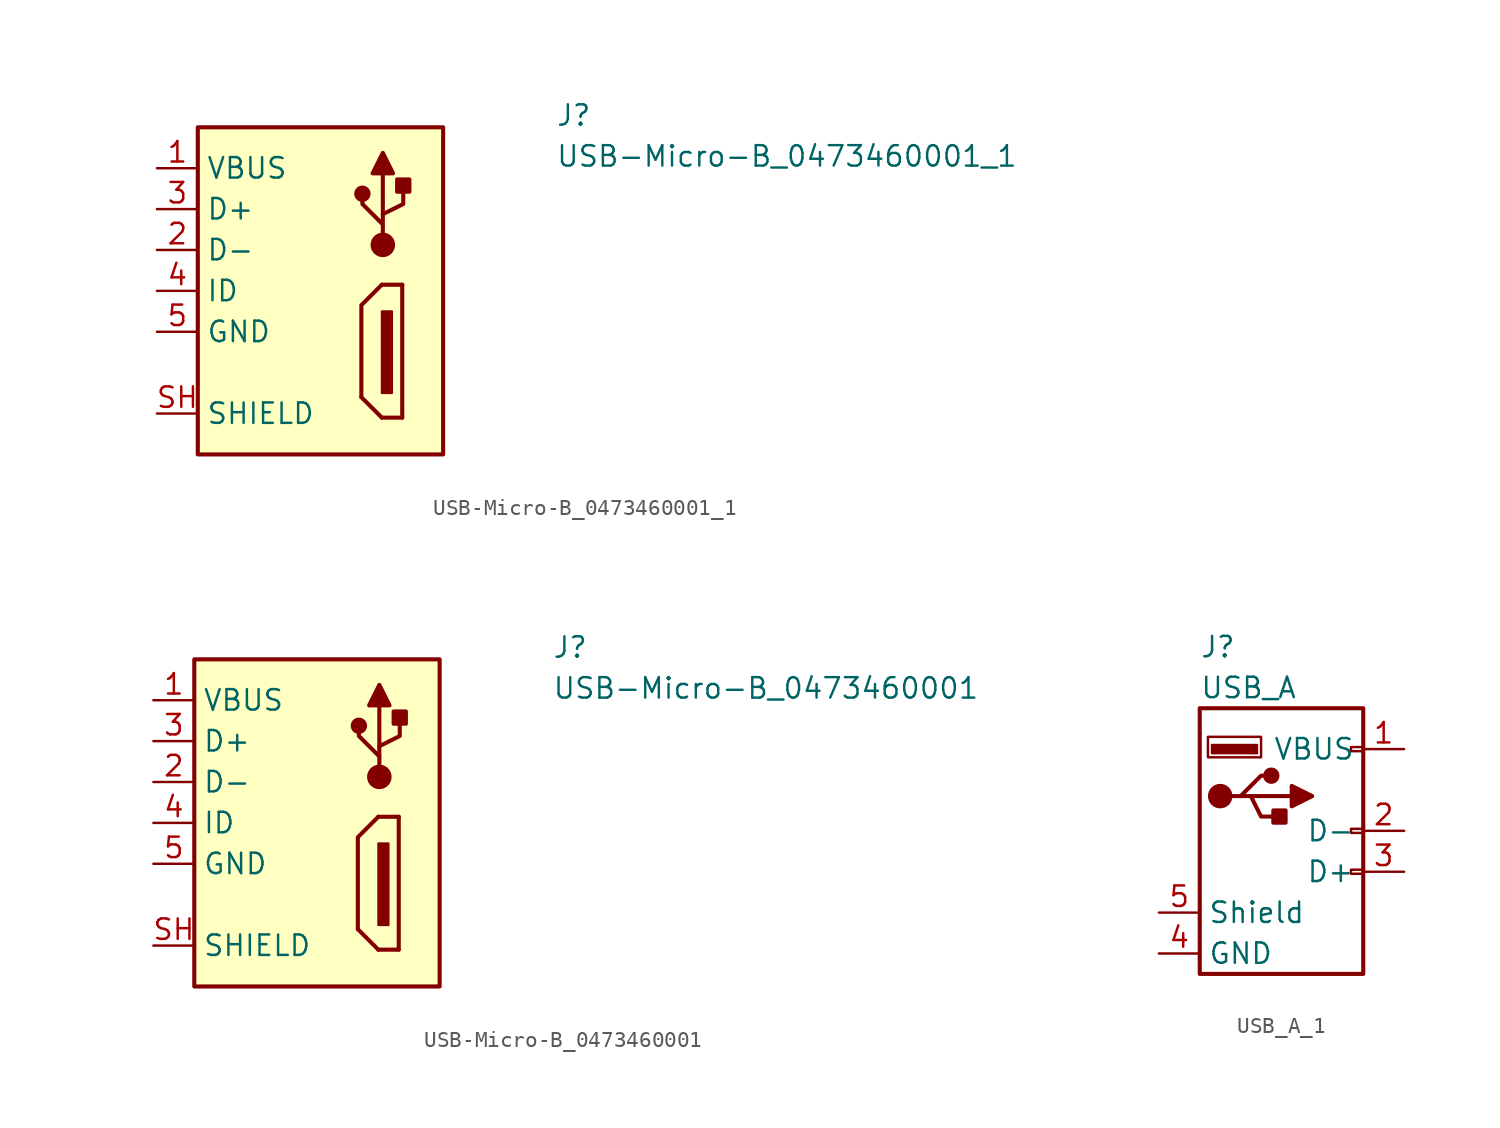
<source format=kicad_sym>
(kicad_symbol_lib
  (version 20231120)
  (generator "kicad_symbol_editor")
  (generator_version "8.0")
  (symbol "USB-Micro-B_0473460001_1"
    (property "Reference" "J"
      (at 24.765 2.54 0)
      (effects (font (size 1.27 1.27) (thickness 0.15)) (justify left bottom)))
    (property "Value" "USB-Micro-B_0473460001_1"
      (at 24.765 0 0)
      (effects (font (size 1.27 1.27) (thickness 0.15)) (justify left bottom)))
    (symbol "USB-Micro-B_0473460001_1_0_1"
      (polyline (pts (xy 13.97 -15.494) (xy 12.7 -14.224)) (stroke (width 0.254) (type default)) (fill (type none)))
      (polyline (pts (xy 14.034 -2.857) (xy 14.034 -0.318)) (stroke (width 0.254) (type default)) (fill (type none)))
      (polyline (pts (xy 15.24 -15.494) (xy 13.97 -15.494)) (stroke (width 0.254) (type default)) (fill (type none)))
      (polyline (pts (xy 15.24 -15.494) (xy 15.24 -7.239)) (stroke (width 0.254) (type default)) (fill (type none)))
      (polyline (pts (xy 15.24 -7.239) (xy 13.97 -7.239)) (stroke (width 0.254) (type default)) (fill (type none)))
      (polyline (pts (xy 13.97 -7.239) (xy 12.7 -8.509) (xy 12.7 -14.224)) (stroke (width 0.254) (type default)) (fill (type none)))
      (polyline (pts (xy 13.399 -0.318) (xy 14.668 -0.318) (xy 14.034 0.953) (xy 13.399 -0.318)) (stroke (width 0.254) (type default)) (fill (type outline)))
      (polyline (pts (xy 14.034 -4.128) (xy 14.034 -3.493) (xy 12.764 -2.223) (xy 12.764 -1.587)) (stroke (width 0.254) (type default)) (fill (type none)))
      (polyline (pts (xy 14.034 -3.493) (xy 14.034 -2.857) (xy 15.303 -2.223) (xy 15.303 -0.953)) (stroke (width 0.254) (type default)) (fill (type none)))
      (circle (center 12.764 -1.587) (radius 0.381) (stroke (width 0.254) (type default)) (fill (type outline)))
      (circle (center 14.034 -4.763) (radius 0.635) (stroke (width 0.254) (type default)) (fill (type outline)))
      (rectangle (start 14.605 -8.89) (end 13.97 -13.97) (stroke (width 0.127) (type default)) (fill (type outline)))
      (rectangle (start 14.922 -0.699) (end 15.684 -1.46) (stroke (width 0.254) (type default)) (fill (type outline))))
    (symbol "USB-Micro-B_0473460001_1_1_1"
      (rectangle (start 2.54 -17.78) (end 17.78 2.54) (stroke (width 0.254) (type default)) (fill (type background)))
      (pin power_in line (at 0 0 0) (length 2.54) (name "VBUS" (effects (font (size 1.27 1.27)))) (number "1" (effects (font (size 1.27 1.27)))))
      (pin bidirectional line (at 0 -5.08 0) (length 2.54) (name "D-" (effects (font (size 1.27 1.27)))) (number "2" (effects (font (size 1.27 1.27)))))
      (pin bidirectional line (at 0 -2.54 0) (length 2.54) (name "D+" (effects (font (size 1.27 1.27)))) (number "3" (effects (font (size 1.27 1.27)))))
      (pin bidirectional line (at 0 -7.62 0) (length 2.54) (name "ID" (effects (font (size 1.27 1.27)))) (number "4" (effects (font (size 1.27 1.27)))))
      (pin power_in line (at 0 -10.16 0) (length 2.54) (name "GND" (effects (font (size 1.27 1.27)))) (number "5" (effects (font (size 1.27 1.27)))))
      (pin passive line (at 0 -15.24 0) (length 2.54) (name "SHIELD" (effects (font (size 1.27 1.27)))) (number "SH" (effects (font (size 1.27 1.27)))))))
  (symbol "USB-Micro-B_0473460001"
    (property "Reference" "J"
      (at 24.765 2.54 0)
      (effects (font (size 1.27 1.27) (thickness 0.15)) (justify left bottom)))
    (property "Value" "USB-Micro-B_0473460001"
      (at 24.765 0 0)
      (effects (font (size 1.27 1.27) (thickness 0.15)) (justify left bottom)))
    (symbol "USB-Micro-B_0473460001_0_1"
      (polyline (pts (xy 13.97 -15.494) (xy 12.7 -14.224)) (stroke (width 0.254) (type default)) (fill (type none)))
      (polyline (pts (xy 14.034 -2.857) (xy 14.034 -0.318)) (stroke (width 0.254) (type default)) (fill (type none)))
      (polyline (pts (xy 15.24 -15.494) (xy 13.97 -15.494)) (stroke (width 0.254) (type default)) (fill (type none)))
      (polyline (pts (xy 15.24 -15.494) (xy 15.24 -7.239)) (stroke (width 0.254) (type default)) (fill (type none)))
      (polyline (pts (xy 15.24 -7.239) (xy 13.97 -7.239)) (stroke (width 0.254) (type default)) (fill (type none)))
      (polyline (pts (xy 13.97 -7.239) (xy 12.7 -8.509) (xy 12.7 -14.224)) (stroke (width 0.254) (type default)) (fill (type none)))
      (polyline (pts (xy 13.399 -0.318) (xy 14.668 -0.318) (xy 14.034 0.953) (xy 13.399 -0.318)) (stroke (width 0.254) (type default)) (fill (type outline)))
      (polyline (pts (xy 14.034 -4.128) (xy 14.034 -3.493) (xy 12.764 -2.223) (xy 12.764 -1.587)) (stroke (width 0.254) (type default)) (fill (type none)))
      (polyline (pts (xy 14.034 -3.493) (xy 14.034 -2.857) (xy 15.303 -2.223) (xy 15.303 -0.953)) (stroke (width 0.254) (type default)) (fill (type none)))
      (circle (center 12.764 -1.587) (radius 0.381) (stroke (width 0.254) (type default)) (fill (type outline)))
      (circle (center 14.034 -4.763) (radius 0.635) (stroke (width 0.254) (type default)) (fill (type outline)))
      (rectangle (start 14.605 -8.89) (end 13.97 -13.97) (stroke (width 0.127) (type default)) (fill (type outline)))
      (rectangle (start 14.922 -0.699) (end 15.684 -1.46) (stroke (width 0.254) (type default)) (fill (type outline))))
    (symbol "USB-Micro-B_0473460001_1_1"
      (rectangle (start 2.54 -17.78) (end 17.78 2.54) (stroke (width 0.254) (type default)) (fill (type background)))
      (pin power_in line (at 0 0 0) (length 2.54) (name "VBUS" (effects (font (size 1.27 1.27)))) (number "1" (effects (font (size 1.27 1.27)))))
      (pin bidirectional line (at 0 -5.08 0) (length 2.54) (name "D-" (effects (font (size 1.27 1.27)))) (number "2" (effects (font (size 1.27 1.27)))))
      (pin bidirectional line (at 0 -2.54 0) (length 2.54) (name "D+" (effects (font (size 1.27 1.27)))) (number "3" (effects (font (size 1.27 1.27)))))
      (pin bidirectional line (at 0 -7.62 0) (length 2.54) (name "ID" (effects (font (size 1.27 1.27)))) (number "4" (effects (font (size 1.27 1.27)))))
      (pin power_in line (at 0 -10.16 0) (length 2.54) (name "GND" (effects (font (size 1.27 1.27)))) (number "5" (effects (font (size 1.27 1.27)))))
      (pin passive line (at 0 -15.24 0) (length 2.54) (name "SHIELD" (effects (font (size 1.27 1.27)))) (number "SH" (effects (font (size 1.27 1.27)))))))
  (symbol "USB_A_1"
    (property "Reference" "J"
      (at -5.08 11.43 0)
      (effects (font (size 1.27 1.27)) (justify left)))
    (property "Value" "USB_A"
      (at -5.08 8.89 0)
      (effects (font (size 1.27 1.27)) (justify left)))
    (symbol "USB_A_1_0_1"
      (rectangle (start -5.08 7.62) (end 5.08 -8.89) (stroke (width 0.254) (type default)) (fill (type none)))
      (circle (center -3.81 2.159) (radius 0.635) (stroke (width 0.254) (type default)) (fill (type outline)))
      (rectangle (start -1.524 4.826) (end -4.318 5.334) (stroke (width 0) (type default)) (fill (type outline)))
      (rectangle (start -1.27 4.572) (end -4.572 5.842) (stroke (width 0) (type default)) (fill (type none)))
      (circle (center -0.635 3.429) (radius 0.381) (stroke (width 0.254) (type default)) (fill (type outline)))
      (polyline (pts (xy -3.175 2.159) (xy -2.54 2.159) (xy -1.27 3.429) (xy -0.635 3.429)) (stroke (width 0.254) (type default)) (fill (type none)))
      (polyline (pts (xy -2.54 2.159) (xy -1.905 2.159) (xy -1.27 0.889) (xy 0 0.889)) (stroke (width 0.254) (type default)) (fill (type none)))
      (polyline (pts (xy 0.635 2.794) (xy 0.635 1.524) (xy 1.905 2.159) (xy 0.635 2.794)) (stroke (width 0.254) (type default)) (fill (type outline)))
      (rectangle (start 0.254 1.27) (end -0.508 0.508) (stroke (width 0.254) (type default)) (fill (type outline)))
      (rectangle (start 5.08 -2.667) (end 4.318 -2.413) (stroke (width 0) (type default)) (fill (type none)))
      (rectangle (start 5.08 -0.127) (end 4.318 0.127) (stroke (width 0) (type default)) (fill (type none)))
      (rectangle (start 5.08 4.953) (end 4.318 5.207) (stroke (width 0) (type default)) (fill (type none))))
    (symbol "USB_A_1_1_1"
      (polyline (pts (xy -1.905 2.159) (xy 0.635 2.159)) (stroke (width 0.254) (type default)) (fill (type none)))
      (pin power_in line (at 7.62 5.08 180) (length 2.54) (name "VBUS" (effects (font (size 1.27 1.27)))) (number "1" (effects (font (size 1.27 1.27)))))
      (pin passive line (at 7.62 0 180) (length 2.54) (name "D-" (effects (font (size 1.27 1.27)))) (number "2" (effects (font (size 1.27 1.27)))))
      (pin passive line (at 7.62 -2.54 180) (length 2.54) (name "D+" (effects (font (size 1.27 1.27)))) (number "3" (effects (font (size 1.27 1.27)))))
      (pin power_in line (at -7.62 -7.62 0) (length 2.54) (name "GND" (effects (font (size 1.27 1.27)))) (number "4" (effects (font (size 1.27 1.27)))))
      (pin passive line (at -7.62 -5.08 0) (length 2.54) (name "Shield" (effects (font (size 1.27 1.27)))) (number "5" (effects (font (size 1.27 1.27))))))))
</source>
